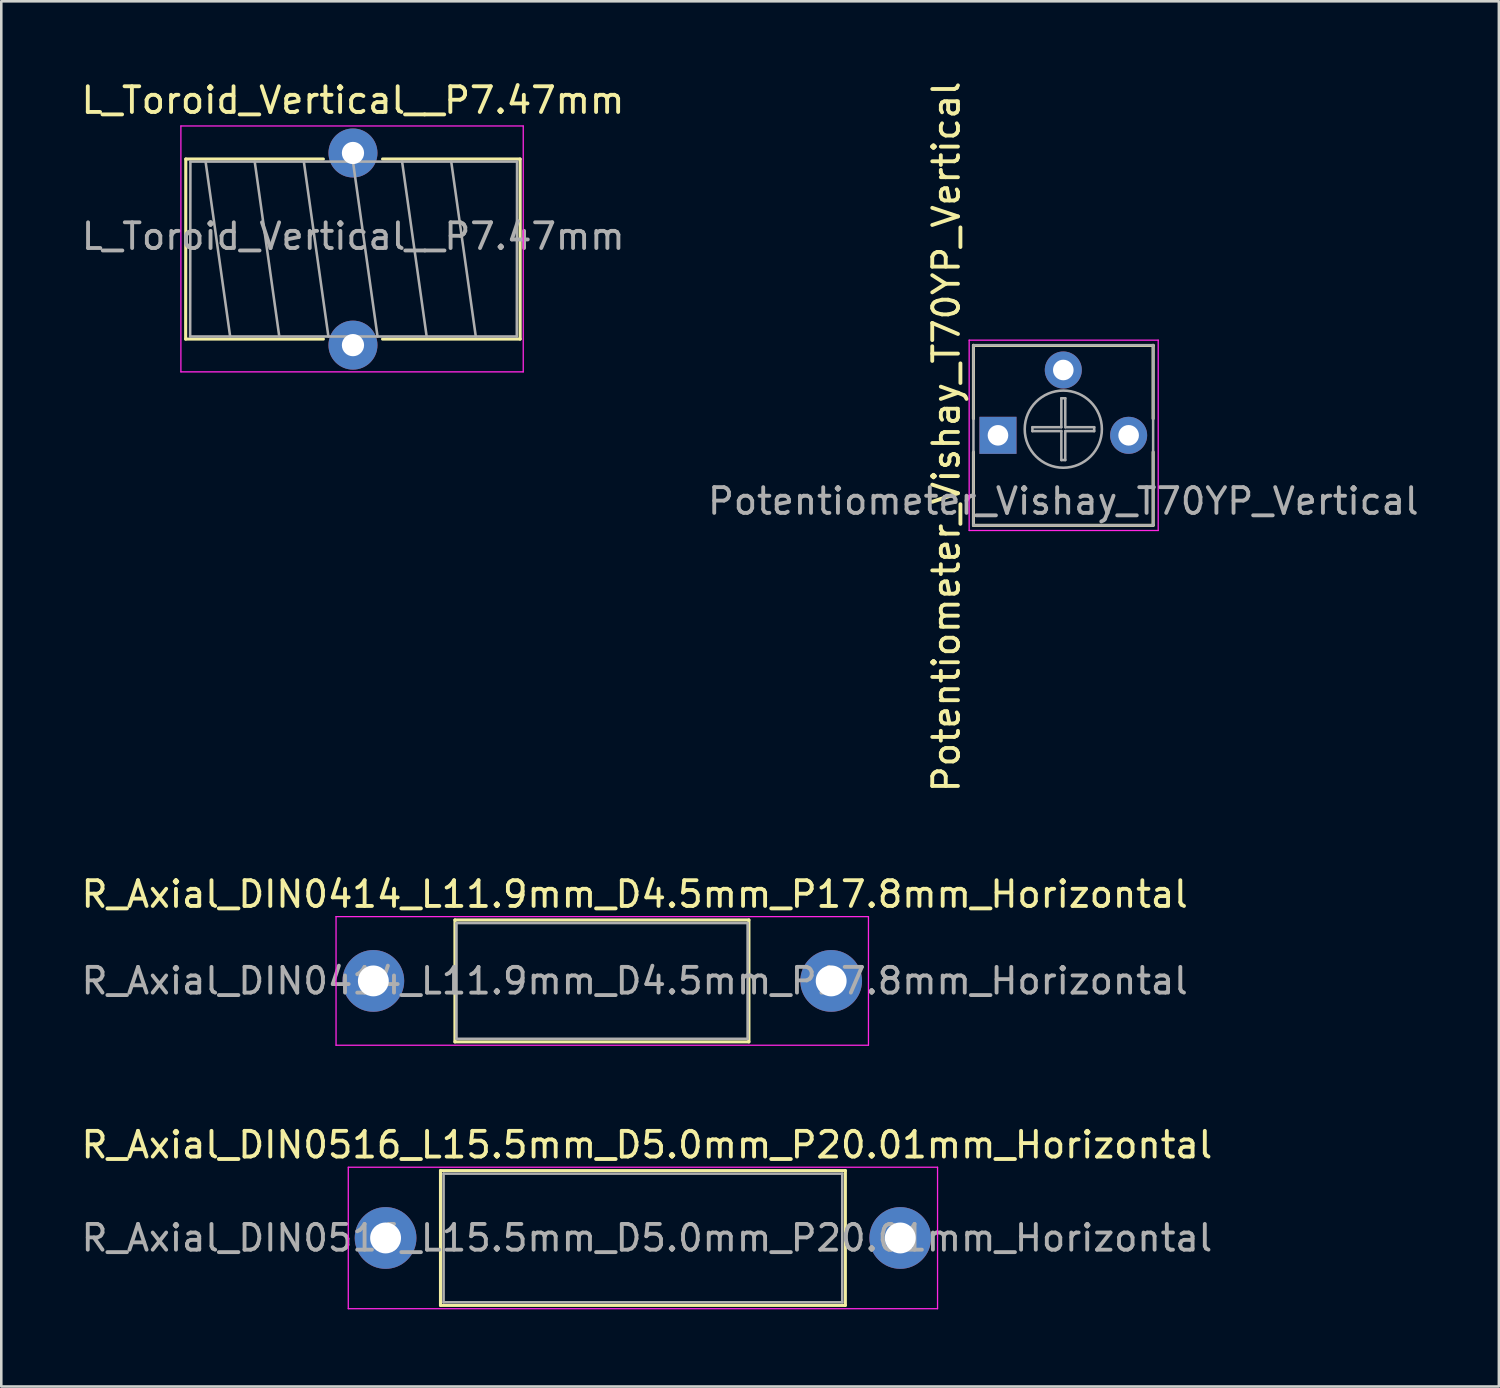
<source format=kicad_pcb>
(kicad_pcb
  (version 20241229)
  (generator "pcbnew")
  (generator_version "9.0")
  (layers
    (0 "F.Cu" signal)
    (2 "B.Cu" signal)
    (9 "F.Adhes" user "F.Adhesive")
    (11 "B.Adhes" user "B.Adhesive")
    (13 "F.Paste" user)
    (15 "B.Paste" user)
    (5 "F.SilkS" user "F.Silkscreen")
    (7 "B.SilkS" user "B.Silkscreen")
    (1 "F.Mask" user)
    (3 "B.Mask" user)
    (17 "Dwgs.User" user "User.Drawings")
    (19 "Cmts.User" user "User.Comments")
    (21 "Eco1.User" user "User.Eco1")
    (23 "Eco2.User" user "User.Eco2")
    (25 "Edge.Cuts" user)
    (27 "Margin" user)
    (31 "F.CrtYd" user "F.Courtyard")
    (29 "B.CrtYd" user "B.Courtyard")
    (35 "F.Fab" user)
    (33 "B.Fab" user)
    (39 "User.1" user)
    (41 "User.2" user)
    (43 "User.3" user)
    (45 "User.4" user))
  (footprint "R_Axial_DIN0516_L15.5mm_D5.0mm_P20.01mm_Horizontal"
    (layer "F.Cu")
    (at 11.941 45.081)
    (property "Reference" "R_Axial_DIN0516_L15.5mm_D5.0mm_P20.01mm_Horizontal" (at 10.16 -3.62 0) (layer "F.SilkS") (effects (font (size 1 1) (thickness 0.15))))
    (attr through_hole)
    (fp_line (start 2.135 -2.62) (end 2.135 2.62) (stroke (width 0.12) (type solid)) (layer "F.SilkS"))
    (fp_line (start 2.135 2.62) (end 17.875 2.62) (stroke (width 0.12) (type solid)) (layer "F.SilkS"))
    (fp_line (start 17.875 -2.62) (end 2.135 -2.62) (stroke (width 0.12) (type solid)) (layer "F.SilkS"))
    (fp_line (start 17.875 2.62) (end 17.875 -2.62) (stroke (width 0.12) (type solid)) (layer "F.SilkS"))
    (fp_line (start -1.45 -2.75) (end -1.45 2.75) (stroke (width 0.05) (type solid)) (layer "F.CrtYd"))
    (fp_line (start -1.45 2.75) (end 21.46 2.75) (stroke (width 0.05) (type solid)) (layer "F.CrtYd"))
    (fp_line (start 21.46 -2.75) (end -1.45 -2.75) (stroke (width 0.05) (type solid)) (layer "F.CrtYd"))
    (fp_line (start 21.46 2.75) (end 21.46 -2.75) (stroke (width 0.05) (type solid)) (layer "F.CrtYd"))
    (fp_line (start 2.255 -2.5) (end 2.255 2.5) (stroke (width 0.1) (type solid)) (layer "F.Fab"))
    (fp_line (start 2.255 2.5) (end 17.755 2.5) (stroke (width 0.1) (type solid)) (layer "F.Fab"))
    (fp_line (start 17.755 -2.5) (end 2.255 -2.5) (stroke (width 0.1) (type solid)) (layer "F.Fab"))
    (fp_line (start 17.755 2.5) (end 17.755 -2.5) (stroke (width 0.1) (type solid)) (layer "F.Fab"))
    (fp_text user "${REFERENCE}" (at 10.16 0 0) (layer "F.Fab") (effects (font (size 1 1) (thickness 0.15))))
    (pad "1" thru_hole circle (at 0 0) (size 2.4 2.4) (drill 1.2) (layers "*.Cu" "*.Mask"))
    (pad "2" thru_hole circle (at 20.01 0) (size 2.4 2.4) (drill 1.2) (layers "*.Cu" "*.Mask")))
  (footprint "Potentiometer_Vishay_T70YP_Vertical"
    (layer "F.Cu")
    (at 35.75 13.875)
    (property "Reference" "Potentiometer_Vishay_T70YP_Vertical" (at -2.01 0.06 90) (layer "F.SilkS") (effects (font (size 1 1) (thickness 0.15))))
    (attr through_hole)
    (fp_line (start -0.953 -3.493) (end 6.033 -3.493) (stroke (width 0.12) (type solid)) (layer "F.SilkS"))
    (fp_line (start -0.953 -0.65) (end -0.953 -3.5) (stroke (width 0.12) (type solid)) (layer "F.SilkS"))
    (fp_line (start -0.953 3.5) (end -0.953 0.65) (stroke (width 0.12) (type solid)) (layer "F.SilkS"))
    (fp_line (start -0.953 3.5) (end 6.033 3.5) (stroke (width 0.12) (type solid)) (layer "F.SilkS"))
    (fp_line (start 6.033 -0.65) (end 6.033 -3.5) (stroke (width 0.12) (type solid)) (layer "F.SilkS"))
    (fp_line (start 6.033 3.5) (end 6.033 0.65) (stroke (width 0.12) (type solid)) (layer "F.SilkS"))
    (fp_line (start -1.12 -3.7) (end -1.12 3.7) (stroke (width 0.05) (type solid)) (layer "F.CrtYd"))
    (fp_line (start -1.12 3.7) (end 6.23 3.7) (stroke (width 0.05) (type solid)) (layer "F.CrtYd"))
    (fp_line (start 6.23 -3.7) (end -1.12 -3.7) (stroke (width 0.05) (type solid)) (layer "F.CrtYd"))
    (fp_line (start 6.23 3.7) (end 6.23 -3.7) (stroke (width 0.05) (type solid)) (layer "F.CrtYd"))
    (fp_line (start -0.953 -3.5) (end -0.953 3.5) (stroke (width 0.1) (type solid)) (layer "F.Fab"))
    (fp_line (start -0.953 3.5) (end 6.033 3.5) (stroke (width 0.1) (type solid)) (layer "F.Fab"))
    (fp_line (start 1.339 -0.316) (end 2.464 -0.316) (stroke (width 0.1) (type solid)) (layer "F.Fab"))
    (fp_line (start 1.339 -0.164) (end 1.339 -0.316) (stroke (width 0.1) (type solid)) (layer "F.Fab"))
    (fp_line (start 2.464 -1.441) (end 2.616 -1.441) (stroke (width 0.1) (type solid)) (layer "F.Fab"))
    (fp_line (start 2.464 -0.316) (end 2.464 -1.441) (stroke (width 0.1) (type solid)) (layer "F.Fab"))
    (fp_line (start 2.464 -0.164) (end 1.339 -0.164) (stroke (width 0.1) (type solid)) (layer "F.Fab"))
    (fp_line (start 2.464 0.961) (end 2.464 -0.164) (stroke (width 0.1) (type solid)) (layer "F.Fab"))
    (fp_line (start 2.616 -1.441) (end 2.616 -0.316) (stroke (width 0.1) (type solid)) (layer "F.Fab"))
    (fp_line (start 2.616 -0.316) (end 3.741 -0.316) (stroke (width 0.1) (type solid)) (layer "F.Fab"))
    (fp_line (start 2.616 -0.164) (end 2.616 0.961) (stroke (width 0.1) (type solid)) (layer "F.Fab"))
    (fp_line (start 2.616 0.961) (end 2.464 0.961) (stroke (width 0.1) (type solid)) (layer "F.Fab"))
    (fp_line (start 3.741 -0.316) (end 3.741 -0.164) (stroke (width 0.1) (type solid)) (layer "F.Fab"))
    (fp_line (start 3.741 -0.164) (end 2.616 -0.164) (stroke (width 0.1) (type solid)) (layer "F.Fab"))
    (fp_line (start 6.033 -3.5) (end -0.953 -3.5) (stroke (width 0.1) (type solid)) (layer "F.Fab"))
    (fp_line (start 6.033 3.5) (end 6.033 -3.5) (stroke (width 0.1) (type solid)) (layer "F.Fab"))
    (fp_circle (center 2.54 -0.24) (end 2.54 -1.74) (stroke (width 0.1) (type solid)) (fill no) (layer "F.Fab"))
    (fp_text user "${REFERENCE}" (at 2.54 2.56 180) (layer "F.Fab") (effects (font (size 1 1) (thickness 0.15))))
    (pad "1" thru_hole rect (at 0 0 90) (size 1.44 1.44) (drill 0.8) (layers "*.Cu" "*.Mask"))
    (pad "2" thru_hole circle (at 2.54 -2.54 90) (size 1.44 1.44) (drill 0.8) (layers "*.Cu" "*.Mask"))
    (pad "3" thru_hole circle (at 5.08 0 90) (size 1.44 1.44) (drill 0.8) (layers "*.Cu" "*.Mask")))
  (footprint "L_Toroid_Vertical__P7.47mm"
    (layer "F.Cu")
    (at 10.673 2.898)
    (property "Reference" "L_Toroid_Vertical__P7.47mm" (at 0 -2.05 0) (layer "F.SilkS") (effects (font (size 1 1) (thickness 0.15))))
    (attr through_hole)
    (fp_line (start -6.505 7.235) (end -1.15 7.235) (stroke (width 0.12) (type solid)) (layer "F.SilkS"))
    (fp_line (start -6.5 0.235) (end -6.505 7.235) (stroke (width 0.12) (type default)) (layer "F.SilkS"))
    (fp_line (start -6.5 0.235) (end -1.15 0.235) (stroke (width 0.12) (type solid)) (layer "F.SilkS"))
    (fp_line (start 1.15 0.235) (end 6.5 0.235) (stroke (width 0.12) (type solid)) (layer "F.SilkS"))
    (fp_line (start 1.15 7.235) (end 6.5 7.235) (stroke (width 0.12) (type solid)) (layer "F.SilkS"))
    (fp_line (start 6.5 0.235) (end 6.5 7.235) (stroke (width 0.12) (type default)) (layer "F.SilkS"))
    (fp_line (start -6.69 -1.05) (end -6.69 8.51) (stroke (width 0.05) (type default)) (layer "F.CrtYd"))
    (fp_line (start -6.69 8.51) (end 6.62 8.51) (stroke (width 0.05) (type default)) (layer "F.CrtYd"))
    (fp_line (start 6.62 -1.05) (end -6.69 -1.05) (stroke (width 0.05) (type solid)) (layer "F.CrtYd"))
    (fp_line (start 6.62 -1.05) (end 6.62 8.51) (stroke (width 0.05) (type default)) (layer "F.CrtYd"))
    (fp_line (start -6.33 7.135) (end 6.37 7.135) (stroke (width 0.1) (type default)) (layer "F.Fab"))
    (fp_line (start -6.32 0.335) (end -6.33 7.135) (stroke (width 0.1) (type default)) (layer "F.Fab"))
    (fp_line (start -5.73 0.335) (end -4.775 7.135) (stroke (width 0.1) (type solid)) (layer "F.Fab"))
    (fp_line (start -3.82 0.335) (end -2.865 7.135) (stroke (width 0.1) (type solid)) (layer "F.Fab"))
    (fp_line (start -1.91 0.335) (end -0.955 7.135) (stroke (width 0.1) (type solid)) (layer "F.Fab"))
    (fp_line (start 0 0.335) (end 0.955 7.135) (stroke (width 0.1) (type solid)) (layer "F.Fab"))
    (fp_line (start 1.91 0.335) (end 2.865 7.135) (stroke (width 0.1) (type solid)) (layer "F.Fab"))
    (fp_line (start 3.82 0.335) (end 4.775 7.135) (stroke (width 0.1) (type solid)) (layer "F.Fab"))
    (fp_line (start 6.37 7.135) (end 6.38 0.335) (stroke (width 0.1) (type default)) (layer "F.Fab"))
    (fp_line (start 6.38 0.335) (end -6.32 0.335) (stroke (width 0.1) (type solid)) (layer "F.Fab"))
    (fp_text user "${REFERENCE}" (at 0.01 3.24 0) (layer "F.Fab") (effects (font (size 1 1) (thickness 0.15))))
    (pad "1" thru_hole circle (at 0 0) (size 1.905 1.905) (drill 0.864) (layers "*.Cu" "*.Mask"))
    (pad "2" thru_hole circle (at 0 7.47) (size 1.905 1.905) (drill 0.864) (layers "*.Cu" "*.Mask")))
  (footprint "R_Axial_DIN0414_L11.9mm_D4.5mm_P17.8mm_Horizontal"
    (layer "F.Cu")
    (at 11.465 35.087)
    (property "Reference" "R_Axial_DIN0414_L11.9mm_D4.5mm_P17.8mm_Horizontal" (at 10.16 -3.37 0) (layer "F.SilkS") (effects (font (size 1 1) (thickness 0.15))))
    (attr through_hole)
    (fp_line (start 3.172 -2.37) (end 3.172 2.37) (stroke (width 0.12) (type solid)) (layer "F.SilkS"))
    (fp_line (start 3.172 2.37) (end 14.602 2.37) (stroke (width 0.12) (type solid)) (layer "F.SilkS"))
    (fp_line (start 14.602 -2.37) (end 3.172 -2.37) (stroke (width 0.12) (type solid)) (layer "F.SilkS"))
    (fp_line (start 14.602 2.37) (end 14.602 -2.37) (stroke (width 0.12) (type solid)) (layer "F.SilkS"))
    (fp_line (start -1.45 -2.5) (end -1.45 2.5) (stroke (width 0.05) (type solid)) (layer "F.CrtYd"))
    (fp_line (start -1.45 2.5) (end 19.25 2.5) (stroke (width 0.05) (type solid)) (layer "F.CrtYd"))
    (fp_line (start 19.25 -2.5) (end -1.45 -2.5) (stroke (width 0.05) (type solid)) (layer "F.CrtYd"))
    (fp_line (start 19.25 2.5) (end 19.25 -2.5) (stroke (width 0.05) (type solid)) (layer "F.CrtYd"))
    (fp_line (start 3.232 -2.25) (end 3.232 2.25) (stroke (width 0.1) (type solid)) (layer "F.Fab"))
    (fp_line (start 3.232 2.25) (end 14.552 2.25) (stroke (width 0.1) (type solid)) (layer "F.Fab"))
    (fp_line (start 14.552 -2.25) (end 3.232 -2.25) (stroke (width 0.1) (type solid)) (layer "F.Fab"))
    (fp_line (start 14.552 2.25) (end 14.552 -2.25) (stroke (width 0.1) (type solid)) (layer "F.Fab"))
    (fp_text user "${REFERENCE}" (at 10.16 0 0) (layer "F.Fab") (effects (font (size 1 1) (thickness 0.15))))
    (pad "1" thru_hole circle (at 0 0) (size 2.4 2.4) (drill 1.2) (layers "*.Cu" "*.Mask"))
    (pad "2" thru_hole circle (at 17.8 0) (size 2.4 2.4) (drill 1.2) (layers "*.Cu" "*.Mask")))
  (gr_rect
    (start -3 -3)
    (end 55.224 50.856)
    (stroke (width 0.1) (type default))
    (fill no)
    (layer "Edge.Cuts")))
</source>
